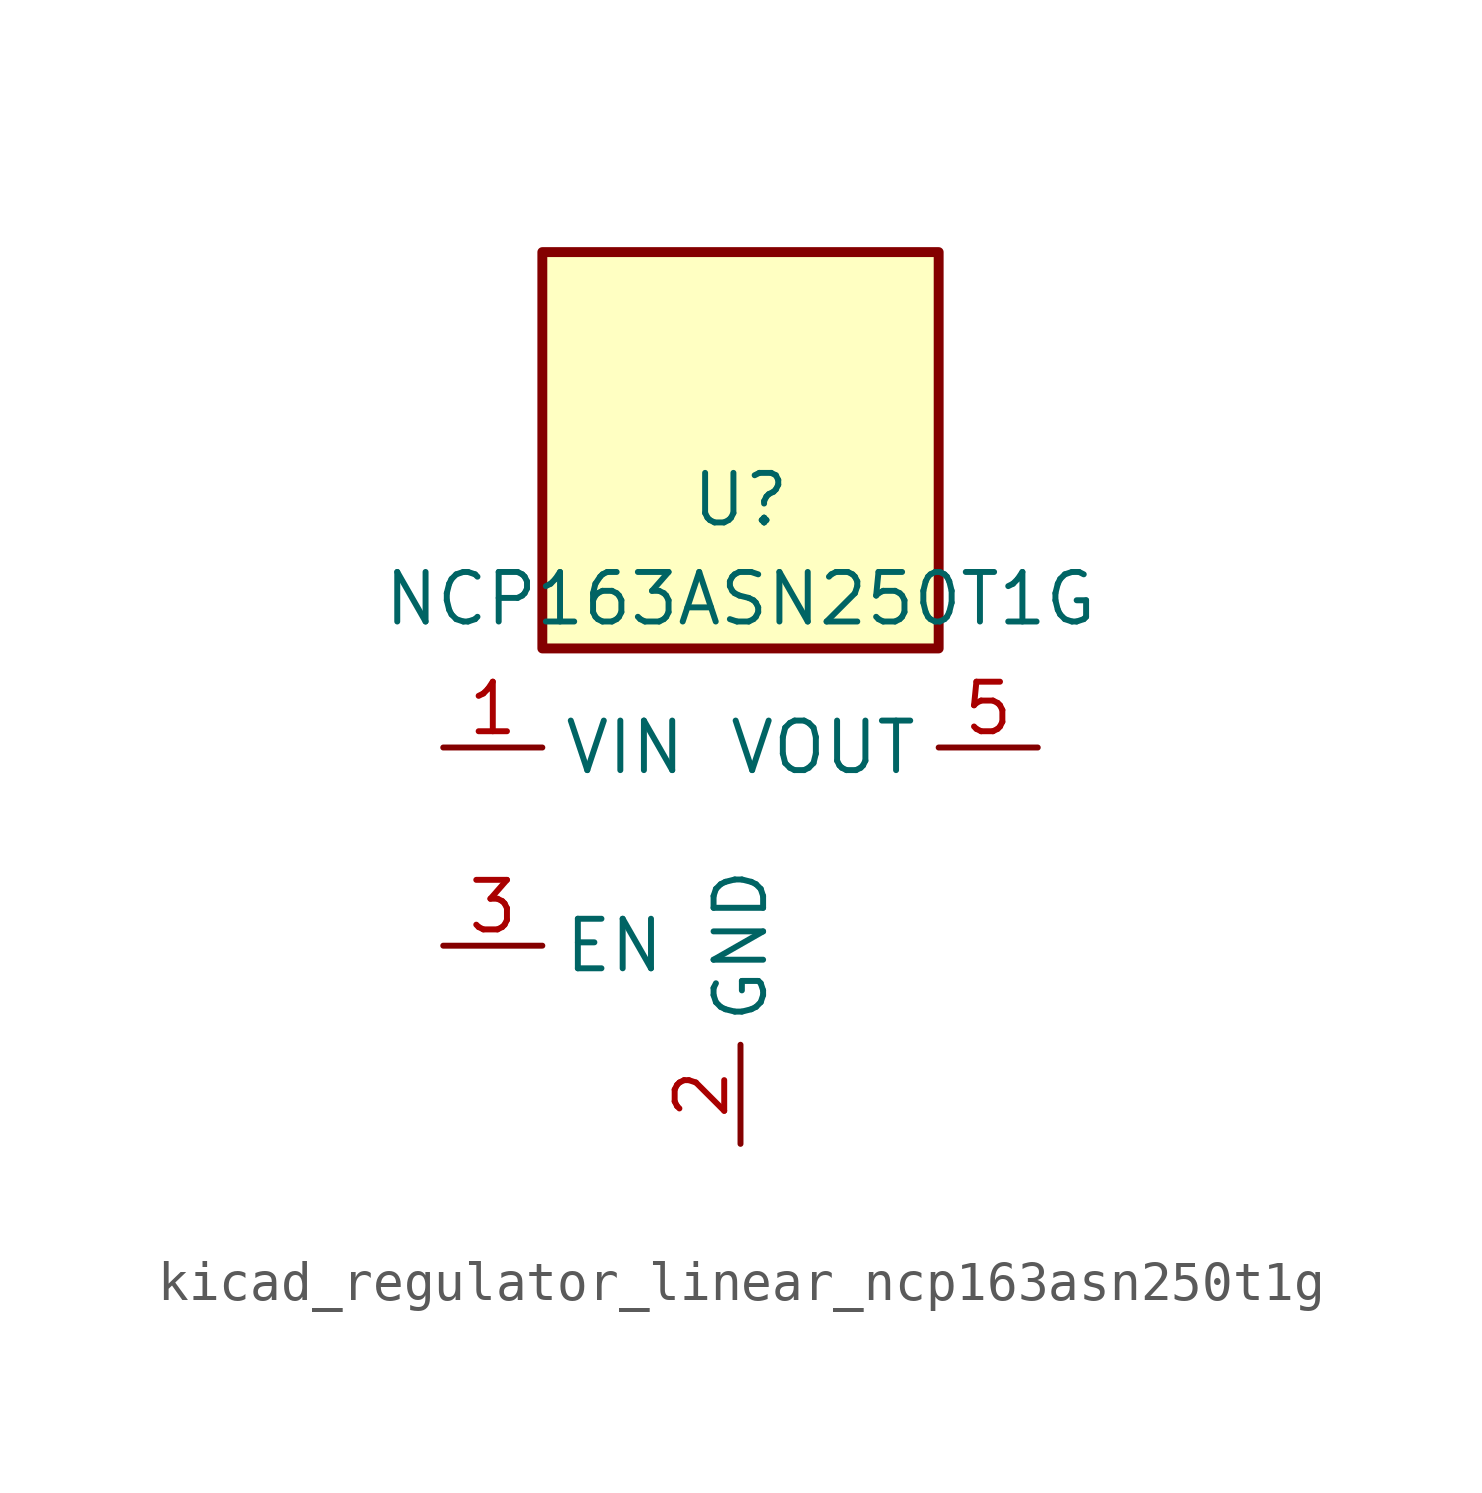
<source format=kicad_sym>
(kicad_symbol_lib
  (version 20220914)
  (generator kicad_symbol_editor)
  (symbol "kicad_regulator_linear_ncp163asn250t1g"
    (property "Reference" "U"
      (at 0 8.89 0)
      (effects (font (size 1.27 1.27))))
    (property "Value" "NCP163ASN250T1G"
      (at 0 6.35 0)
      (effects (font (size 1.27 1.27))))
    (symbol "kicad_regulator_linear_ncp163asn250t1g_0_1"
      (rectangle (start 5.08 15.24) (end -5.08 5.08) (stroke (width 0.254) (type default)) (fill (type background))))
    (symbol "kicad_regulator_linear_ncp163asn250t1g_1_1"
      (pin power_in line (at -7.62 2.54 0) (length 2.54) (name "VIN" (effects (font (size 1.27 1.27)))) (number "1" (effects (font (size 1.27 1.27)))))
      (pin power_in line (at 0 -7.62 90) (length 2.54) (name "GND" (effects (font (size 1.27 1.27)))) (number "2" (effects (font (size 1.27 1.27)))))
      (pin input line (at -7.62 -2.54 0) (length 2.54) (name "EN" (effects (font (size 1.27 1.27)))) (number "3" (effects (font (size 1.27 1.27)))))
      (pin no_connect line (at 5.08 -2.54 180) (length 2.54) hide (name "NC" (effects (font (size 1.27 1.27)))) (number "4" (effects (font (size 1.27 1.27)))))
      (pin power_out line (at 7.62 2.54 180) (length 2.54) (name "VOUT" (effects (font (size 1.27 1.27)))) (number "5" (effects (font (size 1.27 1.27))))))))
</source>
